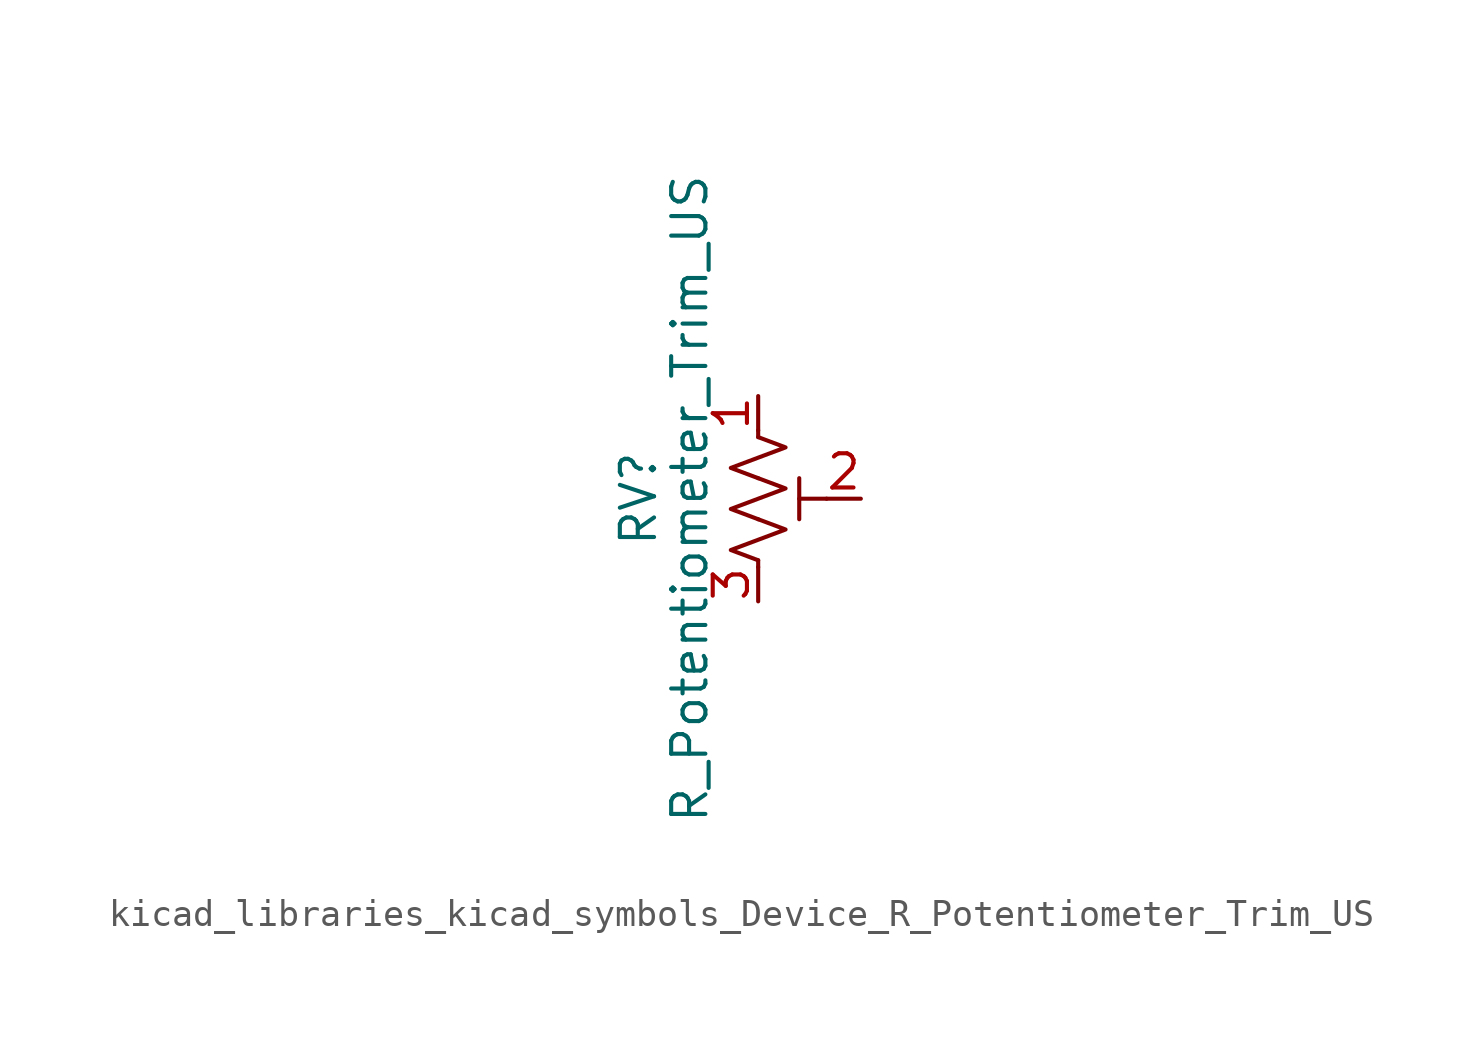
<source format=kicad_sym>
(kicad_symbol_lib
  (version 20220914)
  (generator kicad_symbol_editor)
  (symbol "kicad_libraries_kicad_symbols_Device_R_Potentiometer_Trim_US"
    (pin_names
      (offset 1.016) hide)
    (property "Reference" "RV"
      (at -4.445 0 90)
      (effects (font (size 1.27 1.27))))
    (property "Value" "R_Potentiometer_Trim_US"
      (at -2.54 0 90)
      (effects (font (size 1.27 1.27))))
    (symbol "kicad_libraries_kicad_symbols_Device_R_Potentiometer_Trim_US_0_1"
      (polyline (pts (xy 0 -2.286) (xy 0 -2.54)) (stroke (width 0) (type default)) (fill (type none)))
      (polyline (pts (xy 0 2.286) (xy 0 2.54)) (stroke (width 0) (type default)) (fill (type none)))
      (polyline (pts (xy 1.524 0.762) (xy 1.524 -0.762)) (stroke (width 0) (type default)) (fill (type none)))
      (polyline (pts (xy 2.54 0) (xy 1.524 0)) (stroke (width 0) (type default)) (fill (type none)))
      (polyline (pts (xy 0 -0.762) (xy 1.016 -1.143) (xy 0 -1.524) (xy -1.016 -1.905) (xy 0 -2.286)) (stroke (width 0) (type default)) (fill (type none)))
      (polyline (pts (xy 0 0.762) (xy 1.016 0.381) (xy 0 0) (xy -1.016 -0.381) (xy 0 -0.762)) (stroke (width 0) (type default)) (fill (type none)))
      (polyline (pts (xy 0 2.286) (xy 1.016 1.905) (xy 0 1.524) (xy -1.016 1.143) (xy 0 0.762)) (stroke (width 0) (type default)) (fill (type none))))
    (symbol "kicad_libraries_kicad_symbols_Device_R_Potentiometer_Trim_US_1_1"
      (pin passive line (at 0 3.81 270) (length 1.27) (name "1" (effects (font (size 1.27 1.27)))) (number "1" (effects (font (size 1.27 1.27)))))
      (pin passive line (at 3.81 0 180) (length 1.27) (name "2" (effects (font (size 1.27 1.27)))) (number "2" (effects (font (size 1.27 1.27)))))
      (pin passive line (at 0 -3.81 90) (length 1.27) (name "3" (effects (font (size 1.27 1.27)))) (number "3" (effects (font (size 1.27 1.27))))))))
</source>
